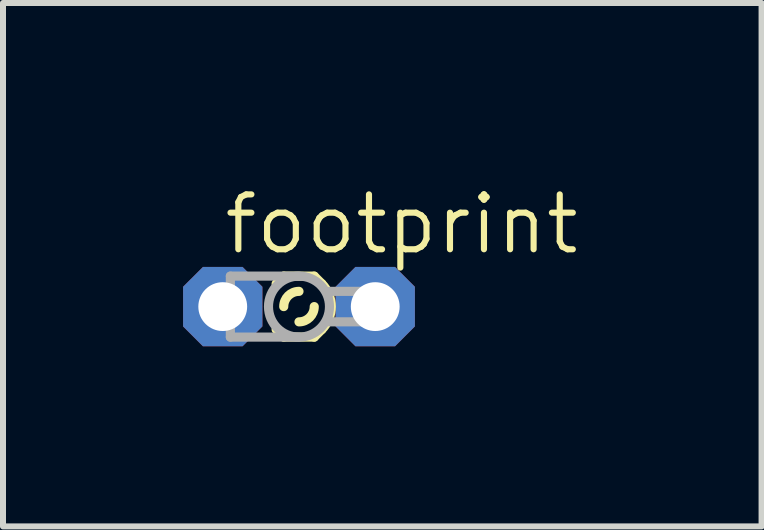
<source format=kicad_pcb>
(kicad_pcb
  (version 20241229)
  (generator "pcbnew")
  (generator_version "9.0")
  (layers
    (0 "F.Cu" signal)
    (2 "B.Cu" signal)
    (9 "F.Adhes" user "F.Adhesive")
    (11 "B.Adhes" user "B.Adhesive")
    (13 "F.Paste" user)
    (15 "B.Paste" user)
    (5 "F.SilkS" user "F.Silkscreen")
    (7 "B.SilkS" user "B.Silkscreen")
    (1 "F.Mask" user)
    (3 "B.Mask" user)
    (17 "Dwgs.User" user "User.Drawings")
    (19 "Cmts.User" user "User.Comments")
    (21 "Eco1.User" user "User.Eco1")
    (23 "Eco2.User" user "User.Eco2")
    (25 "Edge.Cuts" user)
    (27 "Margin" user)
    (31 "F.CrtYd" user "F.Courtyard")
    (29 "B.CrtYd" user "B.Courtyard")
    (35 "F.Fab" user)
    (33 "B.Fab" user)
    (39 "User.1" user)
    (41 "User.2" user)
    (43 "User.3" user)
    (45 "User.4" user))
  (footprint "footprint"
    (layer "F.Cu")
    (at 1.93 2.057)
    (property "Reference" "footprint" (at -1.295 -0.838 0) (layer "F.SilkS") (effects (font (size 0.914 0.914) (thickness 0.102)) (justify left bottom)))
    (fp_line (start -0.381 -0.381) (end -0.254 -0.508) (stroke (width 0.152) (type solid)) (layer "F.SilkS"))
    (fp_line (start -0.381 0.381) (end -0.254 0.508) (stroke (width 0.152) (type solid)) (layer "F.SilkS"))
    (fp_line (start 0.254 -0.508) (end -0.254 -0.508) (stroke (width 0.152) (type solid)) (layer "F.SilkS"))
    (fp_line (start 0.254 0.508) (end -0.254 0.508) (stroke (width 0.152) (type solid)) (layer "F.SilkS"))
    (fp_line (start 0.381 -0.381) (end 0.254 -0.508) (stroke (width 0.152) (type solid)) (layer "F.SilkS"))
    (fp_line (start 0.381 0.381) (end 0.254 0.508) (stroke (width 0.152) (type solid)) (layer "F.SilkS"))
    (fp_arc (start -0.254 0) (mid -0.179605 -0.179605) (end 0 -0.254) (stroke (width 0.1524) (type solid)) (layer "F.SilkS"))
    (fp_arc (start 0.254 0) (mid 0.179605 0.179605) (end 0 0.254) (stroke (width 0.1524) (type solid)) (layer "F.SilkS"))
    (fp_arc (start 0.381 -0.381) (mid 0.538815 0) (end 0.381 0.381) (stroke (width 0.1524) (type solid)) (layer "F.SilkS"))
    (fp_line (start -1.397 -0.254) (end -1.143 -0.254) (stroke (width 0.152) (type solid)) (layer "F.Fab"))
    (fp_line (start -1.397 0.254) (end -1.397 -0.254) (stroke (width 0.152) (type solid)) (layer "F.Fab"))
    (fp_line (start -1.143 -0.508) (end 0 -0.508) (stroke (width 0.152) (type solid)) (layer "F.Fab"))
    (fp_line (start -1.143 -0.254) (end -1.143 -0.508) (stroke (width 0.152) (type solid)) (layer "F.Fab"))
    (fp_line (start -1.143 0.254) (end -1.397 0.254) (stroke (width 0.152) (type solid)) (layer "F.Fab"))
    (fp_line (start -1.143 0.254) (end -1.143 -0.254) (stroke (width 0.152) (type solid)) (layer "F.Fab"))
    (fp_line (start -1.143 0.508) (end -1.143 0.254) (stroke (width 0.152) (type solid)) (layer "F.Fab"))
    (fp_line (start 0 0.508) (end -1.143 0.508) (stroke (width 0.152) (type solid)) (layer "F.Fab"))
    (fp_line (start 0.508 0.254) (end 1.397 0.254) (stroke (width 0.152) (type solid)) (layer "F.Fab"))
    (fp_line (start 1.397 -0.254) (end 0.508 -0.254) (stroke (width 0.152) (type solid)) (layer "F.Fab"))
    (fp_line (start 1.397 0.254) (end 1.397 -0.254) (stroke (width 0.152) (type solid)) (layer "F.Fab"))
    (fp_circle (center 0 0) (end 0.508 0) (stroke (width 0.152) (type solid)) (fill no) (layer "F.Fab"))
    (fp_poly (pts (xy -1.397 0.254) (xy -1.143 0.254) (xy -1.143 -0.254) (xy -1.397 -0.254)) (stroke (width 0.1) (type solid)) (fill no) (layer "F.Fab"))
    (fp_poly (pts (xy 0.508 0.254) (xy 1.397 0.254) (xy 1.397 -0.254) (xy 0.508 -0.254)) (stroke (width 0.1) (type solid)) (fill no) (layer "F.Fab"))
    (pad "A" thru_hole roundrect (at -1.27 0) (size 1.321 1.321) (drill 0.813) (layers "*.Cu" "*.Mask") (roundrect_rratio 0.25) (chamfer_ratio 0.25) (chamfer top_left top_right bottom_left bottom_right))
    (pad "K" thru_hole roundrect (at 1.27 0) (size 1.321 1.321) (drill 0.813) (layers "*.Cu" "*.Mask") (roundrect_rratio 0.25) (chamfer_ratio 0.25) (chamfer top_left top_right bottom_left bottom_right)))
  (gr_rect
    (start -3 -3)
    (end 9.635 5.718)
    (stroke (width 0.1) (type default))
    (fill no)
    (layer "Edge.Cuts")))
</source>
